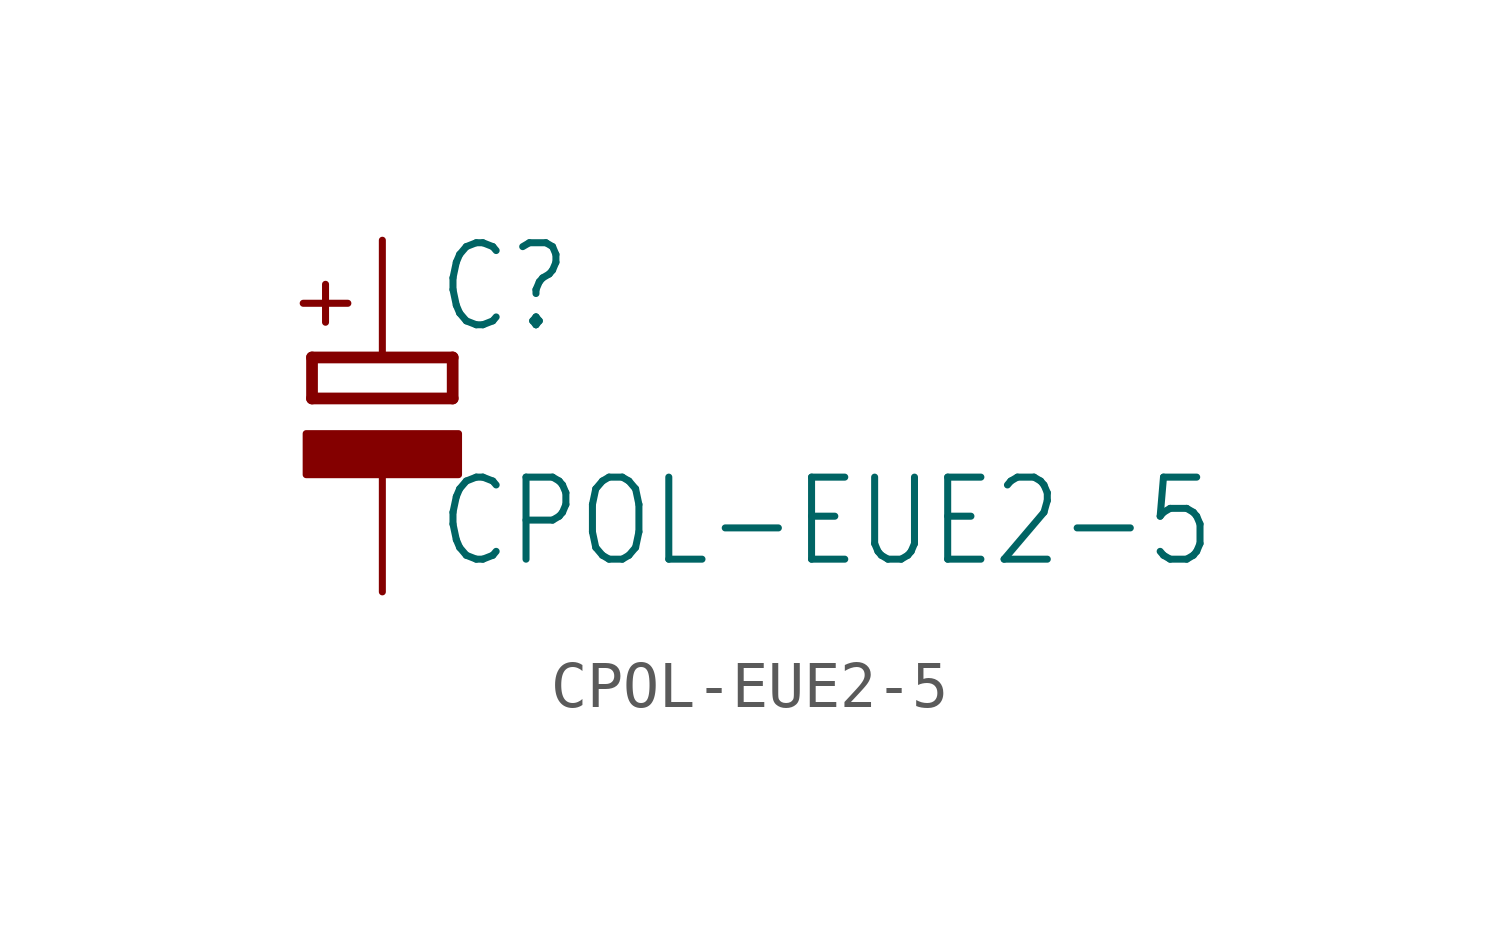
<source format=kicad_sym>
(kicad_symbol_lib
  (version 20211014)
  (generator kicad_symbol_editor)
  (symbol "CPOL-EUE2-5"
    (property "Reference" "C"
      (at 1.143 0.483 0)
      (effects (font (size 1.778 1.511)) (justify left bottom)))
    (property "Value" "CPOL-EUE2-5"
      (at 1.143 -4.597 0)
      (effects (font (size 1.778 1.511)) (justify left bottom)))
    (property "ki_locked" ""
      (at 0 0 0)
      (effects (font (size 1.27 1.27))))
    (symbol "CPOL-EUE2-5_1_0"
      (rectangle (start -1.651 -2.54) (end 1.651 -1.651) (stroke (width 0) (type default) (color 0 0 0 0)) (fill (type outline)))
      (polyline (pts (xy -1.524 -0.889) (xy 1.524 -0.889)) (stroke (width 0.254) (type default) (color 0 0 0 0)) (fill (type none)))
      (polyline (pts (xy -1.524 0) (xy -1.524 -0.889)) (stroke (width 0.254) (type default) (color 0 0 0 0)) (fill (type none)))
      (polyline (pts (xy -1.524 0) (xy 1.524 0)) (stroke (width 0.254) (type default) (color 0 0 0 0)) (fill (type none)))
      (polyline (pts (xy 1.524 -0.889) (xy 1.524 0)) (stroke (width 0.254) (type default) (color 0 0 0 0)) (fill (type none)))
      (text "+" (at -0.584 0.406 900) (effects (font (size 1.27 1.079)) (justify left bottom)))
      (pin passive line (at 0 2.54 270) (length 2.54) (name "+" (effects (font (size 0 0)))) (number "+" (effects (font (size 0 0)))))
      (pin passive line (at 0 -5.08 90) (length 2.54) (name "-" (effects (font (size 0 0)))) (number "-" (effects (font (size 0 0))))))))
</source>
